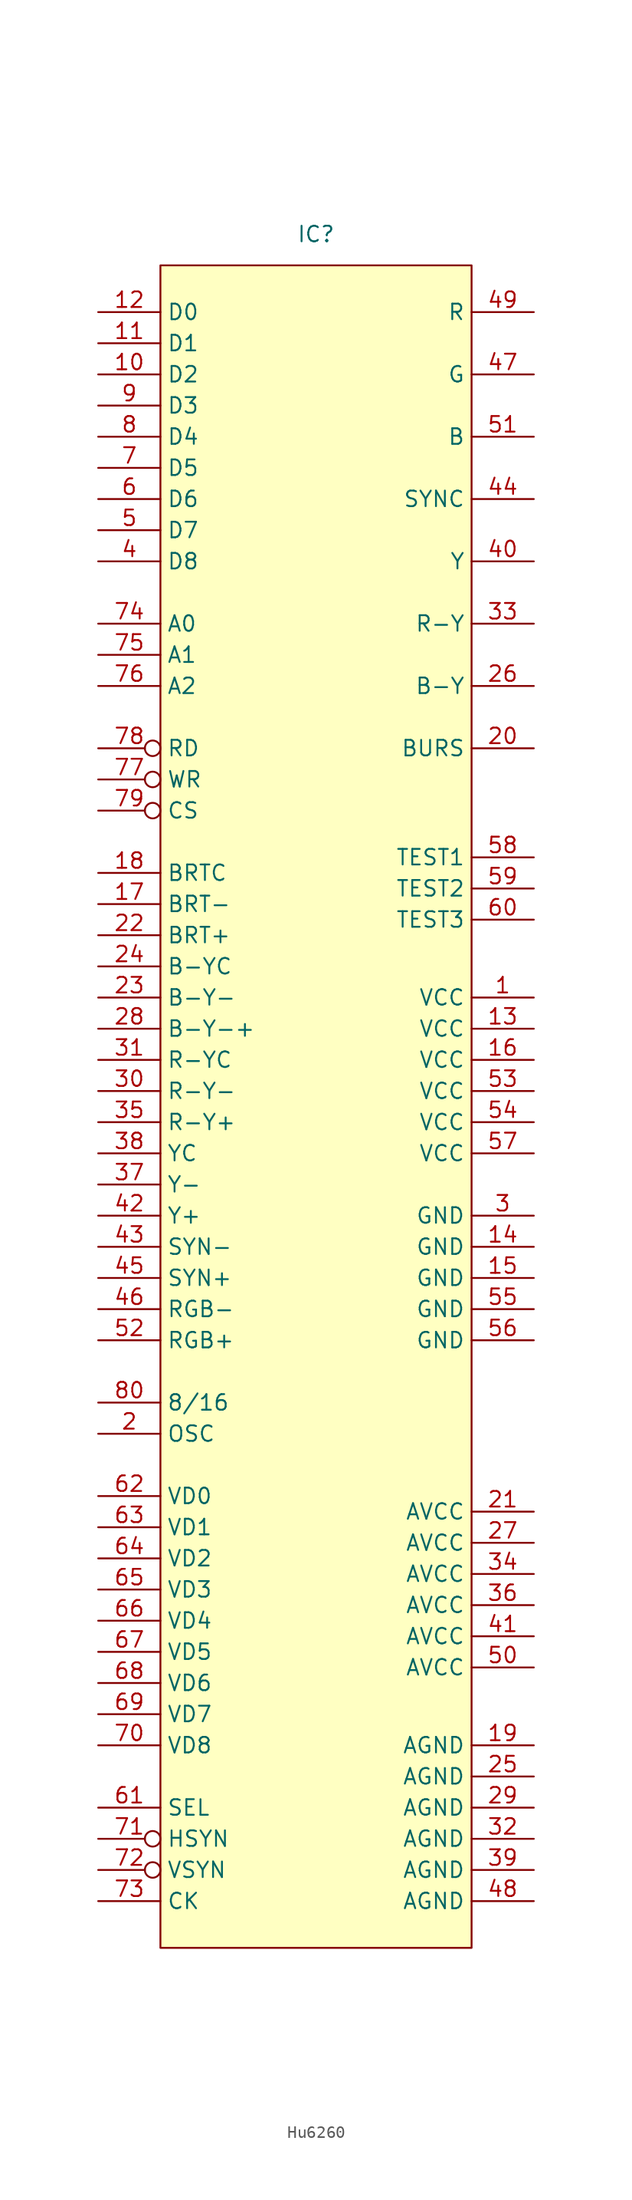
<source format=kicad_sym>
(kicad_symbol_lib
  (version 20220914)
  (generator kicad_symbol_editor)
  (symbol "Hu6260"
    (property "Reference" "IC"
      (at 0 62.23 0)
      (effects (font (size 1.27 1.27))))
    (property "Value" ""
      (at 0 7.62 0)
      (effects (font (size 1.27 1.27))))
    (symbol "Hu6260_1_1"
      (rectangle (start -12.7 59.69) (end 12.7 -77.47) (stroke (width 0) (type default)) (fill (type background)))
      (pin power_in line (at 17.78 0 180) (length 5.08) (name "VCC" (effects (font (size 1.27 1.27)))) (number "1" (effects (font (size 1.27 1.27)))))
      (pin bidirectional line (at -17.78 50.8 0) (length 5.08) (name "D2" (effects (font (size 1.27 1.27)))) (number "10" (effects (font (size 1.27 1.27)))))
      (pin bidirectional line (at -17.78 53.34 0) (length 5.08) (name "D1" (effects (font (size 1.27 1.27)))) (number "11" (effects (font (size 1.27 1.27)))))
      (pin bidirectional line (at -17.78 55.88 0) (length 5.08) (name "D0" (effects (font (size 1.27 1.27)))) (number "12" (effects (font (size 1.27 1.27)))))
      (pin power_in line (at 17.78 -2.54 180) (length 5.08) (name "VCC" (effects (font (size 1.27 1.27)))) (number "13" (effects (font (size 1.27 1.27)))))
      (pin power_in line (at 17.78 -20.32 180) (length 5.08) (name "GND" (effects (font (size 1.27 1.27)))) (number "14" (effects (font (size 1.27 1.27)))))
      (pin power_in line (at 17.78 -22.86 180) (length 5.08) (name "GND" (effects (font (size 1.27 1.27)))) (number "15" (effects (font (size 1.27 1.27)))))
      (pin power_in line (at 17.78 -5.08 180) (length 5.08) (name "VCC" (effects (font (size 1.27 1.27)))) (number "16" (effects (font (size 1.27 1.27)))))
      (pin input line (at -17.78 7.62 0) (length 5.08) (name "BRT-" (effects (font (size 1.27 1.27)))) (number "17" (effects (font (size 1.27 1.27)))))
      (pin input line (at -17.78 10.16 0) (length 5.08) (name "BRTC" (effects (font (size 1.27 1.27)))) (number "18" (effects (font (size 1.27 1.27)))))
      (pin power_in line (at 17.78 -60.96 180) (length 5.08) (name "AGND" (effects (font (size 1.27 1.27)))) (number "19" (effects (font (size 1.27 1.27)))))
      (pin input line (at -17.78 -35.56 0) (length 5.08) (name "OSC" (effects (font (size 1.27 1.27)))) (number "2" (effects (font (size 1.27 1.27)))))
      (pin output line (at 17.78 20.32 180) (length 5.08) (name "BURS" (effects (font (size 1.27 1.27)))) (number "20" (effects (font (size 1.27 1.27)))))
      (pin power_in line (at 17.78 -41.91 180) (length 5.08) (name "AVCC" (effects (font (size 1.27 1.27)))) (number "21" (effects (font (size 1.27 1.27)))))
      (pin input line (at -17.78 5.08 0) (length 5.08) (name "BRT+" (effects (font (size 1.27 1.27)))) (number "22" (effects (font (size 1.27 1.27)))))
      (pin input line (at -17.78 0 0) (length 5.08) (name "B-Y-" (effects (font (size 1.27 1.27)))) (number "23" (effects (font (size 1.27 1.27)))))
      (pin input line (at -17.78 2.54 0) (length 5.08) (name "B-YC" (effects (font (size 1.27 1.27)))) (number "24" (effects (font (size 1.27 1.27)))))
      (pin power_in line (at 17.78 -63.5 180) (length 5.08) (name "AGND" (effects (font (size 1.27 1.27)))) (number "25" (effects (font (size 1.27 1.27)))))
      (pin output line (at 17.78 25.4 180) (length 5.08) (name "B-Y" (effects (font (size 1.27 1.27)))) (number "26" (effects (font (size 1.27 1.27)))))
      (pin power_in line (at 17.78 -44.45 180) (length 5.08) (name "AVCC" (effects (font (size 1.27 1.27)))) (number "27" (effects (font (size 1.27 1.27)))))
      (pin input line (at -17.78 -2.54 0) (length 5.08) (name "B-Y-+" (effects (font (size 1.27 1.27)))) (number "28" (effects (font (size 1.27 1.27)))))
      (pin power_in line (at 17.78 -66.04 180) (length 5.08) (name "AGND" (effects (font (size 1.27 1.27)))) (number "29" (effects (font (size 1.27 1.27)))))
      (pin power_in line (at 17.78 -17.78 180) (length 5.08) (name "GND" (effects (font (size 1.27 1.27)))) (number "3" (effects (font (size 1.27 1.27)))))
      (pin input line (at -17.78 -7.62 0) (length 5.08) (name "R-Y-" (effects (font (size 1.27 1.27)))) (number "30" (effects (font (size 1.27 1.27)))))
      (pin input line (at -17.78 -5.08 0) (length 5.08) (name "R-YC" (effects (font (size 1.27 1.27)))) (number "31" (effects (font (size 1.27 1.27)))))
      (pin power_in line (at 17.78 -68.58 180) (length 5.08) (name "AGND" (effects (font (size 1.27 1.27)))) (number "32" (effects (font (size 1.27 1.27)))))
      (pin output line (at 17.78 30.48 180) (length 5.08) (name "R-Y" (effects (font (size 1.27 1.27)))) (number "33" (effects (font (size 1.27 1.27)))))
      (pin power_in line (at 17.78 -46.99 180) (length 5.08) (name "AVCC" (effects (font (size 1.27 1.27)))) (number "34" (effects (font (size 1.27 1.27)))))
      (pin input line (at -17.78 -10.16 0) (length 5.08) (name "R-Y+" (effects (font (size 1.27 1.27)))) (number "35" (effects (font (size 1.27 1.27)))))
      (pin power_in line (at 17.78 -49.53 180) (length 5.08) (name "AVCC" (effects (font (size 1.27 1.27)))) (number "36" (effects (font (size 1.27 1.27)))))
      (pin input line (at -17.78 -15.24 0) (length 5.08) (name "Y-" (effects (font (size 1.27 1.27)))) (number "37" (effects (font (size 1.27 1.27)))))
      (pin input line (at -17.78 -12.7 0) (length 5.08) (name "YC" (effects (font (size 1.27 1.27)))) (number "38" (effects (font (size 1.27 1.27)))))
      (pin power_in line (at 17.78 -71.12 180) (length 5.08) (name "AGND" (effects (font (size 1.27 1.27)))) (number "39" (effects (font (size 1.27 1.27)))))
      (pin bidirectional line (at -17.78 35.56 0) (length 5.08) (name "D8" (effects (font (size 1.27 1.27)))) (number "4" (effects (font (size 1.27 1.27)))))
      (pin output line (at 17.78 35.56 180) (length 5.08) (name "Y" (effects (font (size 1.27 1.27)))) (number "40" (effects (font (size 1.27 1.27)))))
      (pin power_in line (at 17.78 -52.07 180) (length 5.08) (name "AVCC" (effects (font (size 1.27 1.27)))) (number "41" (effects (font (size 1.27 1.27)))))
      (pin input line (at -17.78 -17.78 0) (length 5.08) (name "Y+" (effects (font (size 1.27 1.27)))) (number "42" (effects (font (size 1.27 1.27)))))
      (pin input line (at -17.78 -20.32 0) (length 5.08) (name "SYN-" (effects (font (size 1.27 1.27)))) (number "43" (effects (font (size 1.27 1.27)))))
      (pin output line (at 17.78 40.64 180) (length 5.08) (name "SYNC" (effects (font (size 1.27 1.27)))) (number "44" (effects (font (size 1.27 1.27)))))
      (pin input line (at -17.78 -22.86 0) (length 5.08) (name "SYN+" (effects (font (size 1.27 1.27)))) (number "45" (effects (font (size 1.27 1.27)))))
      (pin input line (at -17.78 -25.4 0) (length 5.08) (name "RGB-" (effects (font (size 1.27 1.27)))) (number "46" (effects (font (size 1.27 1.27)))))
      (pin output line (at 17.78 50.8 180) (length 5.08) (name "G" (effects (font (size 1.27 1.27)))) (number "47" (effects (font (size 1.27 1.27)))))
      (pin power_in line (at 17.78 -73.66 180) (length 5.08) (name "AGND" (effects (font (size 1.27 1.27)))) (number "48" (effects (font (size 1.27 1.27)))))
      (pin output line (at 17.78 55.88 180) (length 5.08) (name "R" (effects (font (size 1.27 1.27)))) (number "49" (effects (font (size 1.27 1.27)))))
      (pin bidirectional line (at -17.78 38.1 0) (length 5.08) (name "D7" (effects (font (size 1.27 1.27)))) (number "5" (effects (font (size 1.27 1.27)))))
      (pin power_in line (at 17.78 -54.61 180) (length 5.08) (name "AVCC" (effects (font (size 1.27 1.27)))) (number "50" (effects (font (size 1.27 1.27)))))
      (pin output line (at 17.78 45.72 180) (length 5.08) (name "B" (effects (font (size 1.27 1.27)))) (number "51" (effects (font (size 1.27 1.27)))))
      (pin input line (at -17.78 -27.94 0) (length 5.08) (name "RGB+" (effects (font (size 1.27 1.27)))) (number "52" (effects (font (size 1.27 1.27)))))
      (pin power_in line (at 17.78 -7.62 180) (length 5.08) (name "VCC" (effects (font (size 1.27 1.27)))) (number "53" (effects (font (size 1.27 1.27)))))
      (pin power_in line (at 17.78 -10.16 180) (length 5.08) (name "VCC" (effects (font (size 1.27 1.27)))) (number "54" (effects (font (size 1.27 1.27)))))
      (pin power_in line (at 17.78 -25.4 180) (length 5.08) (name "GND" (effects (font (size 1.27 1.27)))) (number "55" (effects (font (size 1.27 1.27)))))
      (pin power_in line (at 17.78 -27.94 180) (length 5.08) (name "GND" (effects (font (size 1.27 1.27)))) (number "56" (effects (font (size 1.27 1.27)))))
      (pin power_in line (at 17.78 -12.7 180) (length 5.08) (name "VCC" (effects (font (size 1.27 1.27)))) (number "57" (effects (font (size 1.27 1.27)))))
      (pin output line (at 17.78 11.43 180) (length 5.08) (name "TEST1" (effects (font (size 1.27 1.27)))) (number "58" (effects (font (size 1.27 1.27)))))
      (pin output line (at 17.78 8.89 180) (length 5.08) (name "TEST2" (effects (font (size 1.27 1.27)))) (number "59" (effects (font (size 1.27 1.27)))))
      (pin bidirectional line (at -17.78 40.64 0) (length 5.08) (name "D6" (effects (font (size 1.27 1.27)))) (number "6" (effects (font (size 1.27 1.27)))))
      (pin output line (at 17.78 6.35 180) (length 5.08) (name "TEST3" (effects (font (size 1.27 1.27)))) (number "60" (effects (font (size 1.27 1.27)))))
      (pin input line (at -17.78 -66.04 0) (length 5.08) (name "SEL" (effects (font (size 1.27 1.27)))) (number "61" (effects (font (size 1.27 1.27)))))
      (pin bidirectional line (at -17.78 -40.64 0) (length 5.08) (name "VD0" (effects (font (size 1.27 1.27)))) (number "62" (effects (font (size 1.27 1.27)))))
      (pin bidirectional line (at -17.78 -43.18 0) (length 5.08) (name "VD1" (effects (font (size 1.27 1.27)))) (number "63" (effects (font (size 1.27 1.27)))))
      (pin bidirectional line (at -17.78 -45.72 0) (length 5.08) (name "VD2" (effects (font (size 1.27 1.27)))) (number "64" (effects (font (size 1.27 1.27)))))
      (pin bidirectional line (at -17.78 -48.26 0) (length 5.08) (name "VD3" (effects (font (size 1.27 1.27)))) (number "65" (effects (font (size 1.27 1.27)))))
      (pin bidirectional line (at -17.78 -50.8 0) (length 5.08) (name "VD4" (effects (font (size 1.27 1.27)))) (number "66" (effects (font (size 1.27 1.27)))))
      (pin bidirectional line (at -17.78 -53.34 0) (length 5.08) (name "VD5" (effects (font (size 1.27 1.27)))) (number "67" (effects (font (size 1.27 1.27)))))
      (pin bidirectional line (at -17.78 -55.88 0) (length 5.08) (name "VD6" (effects (font (size 1.27 1.27)))) (number "68" (effects (font (size 1.27 1.27)))))
      (pin bidirectional line (at -17.78 -58.42 0) (length 5.08) (name "VD7" (effects (font (size 1.27 1.27)))) (number "69" (effects (font (size 1.27 1.27)))))
      (pin bidirectional line (at -17.78 43.18 0) (length 5.08) (name "D5" (effects (font (size 1.27 1.27)))) (number "7" (effects (font (size 1.27 1.27)))))
      (pin bidirectional line (at -17.78 -60.96 0) (length 5.08) (name "VD8" (effects (font (size 1.27 1.27)))) (number "70" (effects (font (size 1.27 1.27)))))
      (pin input inverted (at -17.78 -68.58 0) (length 5.08) (name "HSYN" (effects (font (size 1.27 1.27)))) (number "71" (effects (font (size 1.27 1.27)))))
      (pin input inverted (at -17.78 -71.12 0) (length 5.08) (name "VSYN" (effects (font (size 1.27 1.27)))) (number "72" (effects (font (size 1.27 1.27)))))
      (pin input line (at -17.78 -73.66 0) (length 5.08) (name "CK" (effects (font (size 1.27 1.27)))) (number "73" (effects (font (size 1.27 1.27)))))
      (pin input line (at -17.78 30.48 0) (length 5.08) (name "A0" (effects (font (size 1.27 1.27)))) (number "74" (effects (font (size 1.27 1.27)))))
      (pin input line (at -17.78 27.94 0) (length 5.08) (name "A1" (effects (font (size 1.27 1.27)))) (number "75" (effects (font (size 1.27 1.27)))))
      (pin input line (at -17.78 25.4 0) (length 5.08) (name "A2" (effects (font (size 1.27 1.27)))) (number "76" (effects (font (size 1.27 1.27)))))
      (pin input inverted (at -17.78 17.78 0) (length 5.08) (name "WR" (effects (font (size 1.27 1.27)))) (number "77" (effects (font (size 1.27 1.27)))))
      (pin input inverted (at -17.78 20.32 0) (length 5.08) (name "RD" (effects (font (size 1.27 1.27)))) (number "78" (effects (font (size 1.27 1.27)))))
      (pin input inverted (at -17.78 15.24 0) (length 5.08) (name "CS" (effects (font (size 1.27 1.27)))) (number "79" (effects (font (size 1.27 1.27)))))
      (pin bidirectional line (at -17.78 45.72 0) (length 5.08) (name "D4" (effects (font (size 1.27 1.27)))) (number "8" (effects (font (size 1.27 1.27)))))
      (pin input line (at -17.78 -33.02 0) (length 5.08) (name "8/16" (effects (font (size 1.27 1.27)))) (number "80" (effects (font (size 1.27 1.27)))))
      (pin bidirectional line (at -17.78 48.26 0) (length 5.08) (name "D3" (effects (font (size 1.27 1.27)))) (number "9" (effects (font (size 1.27 1.27))))))))
</source>
